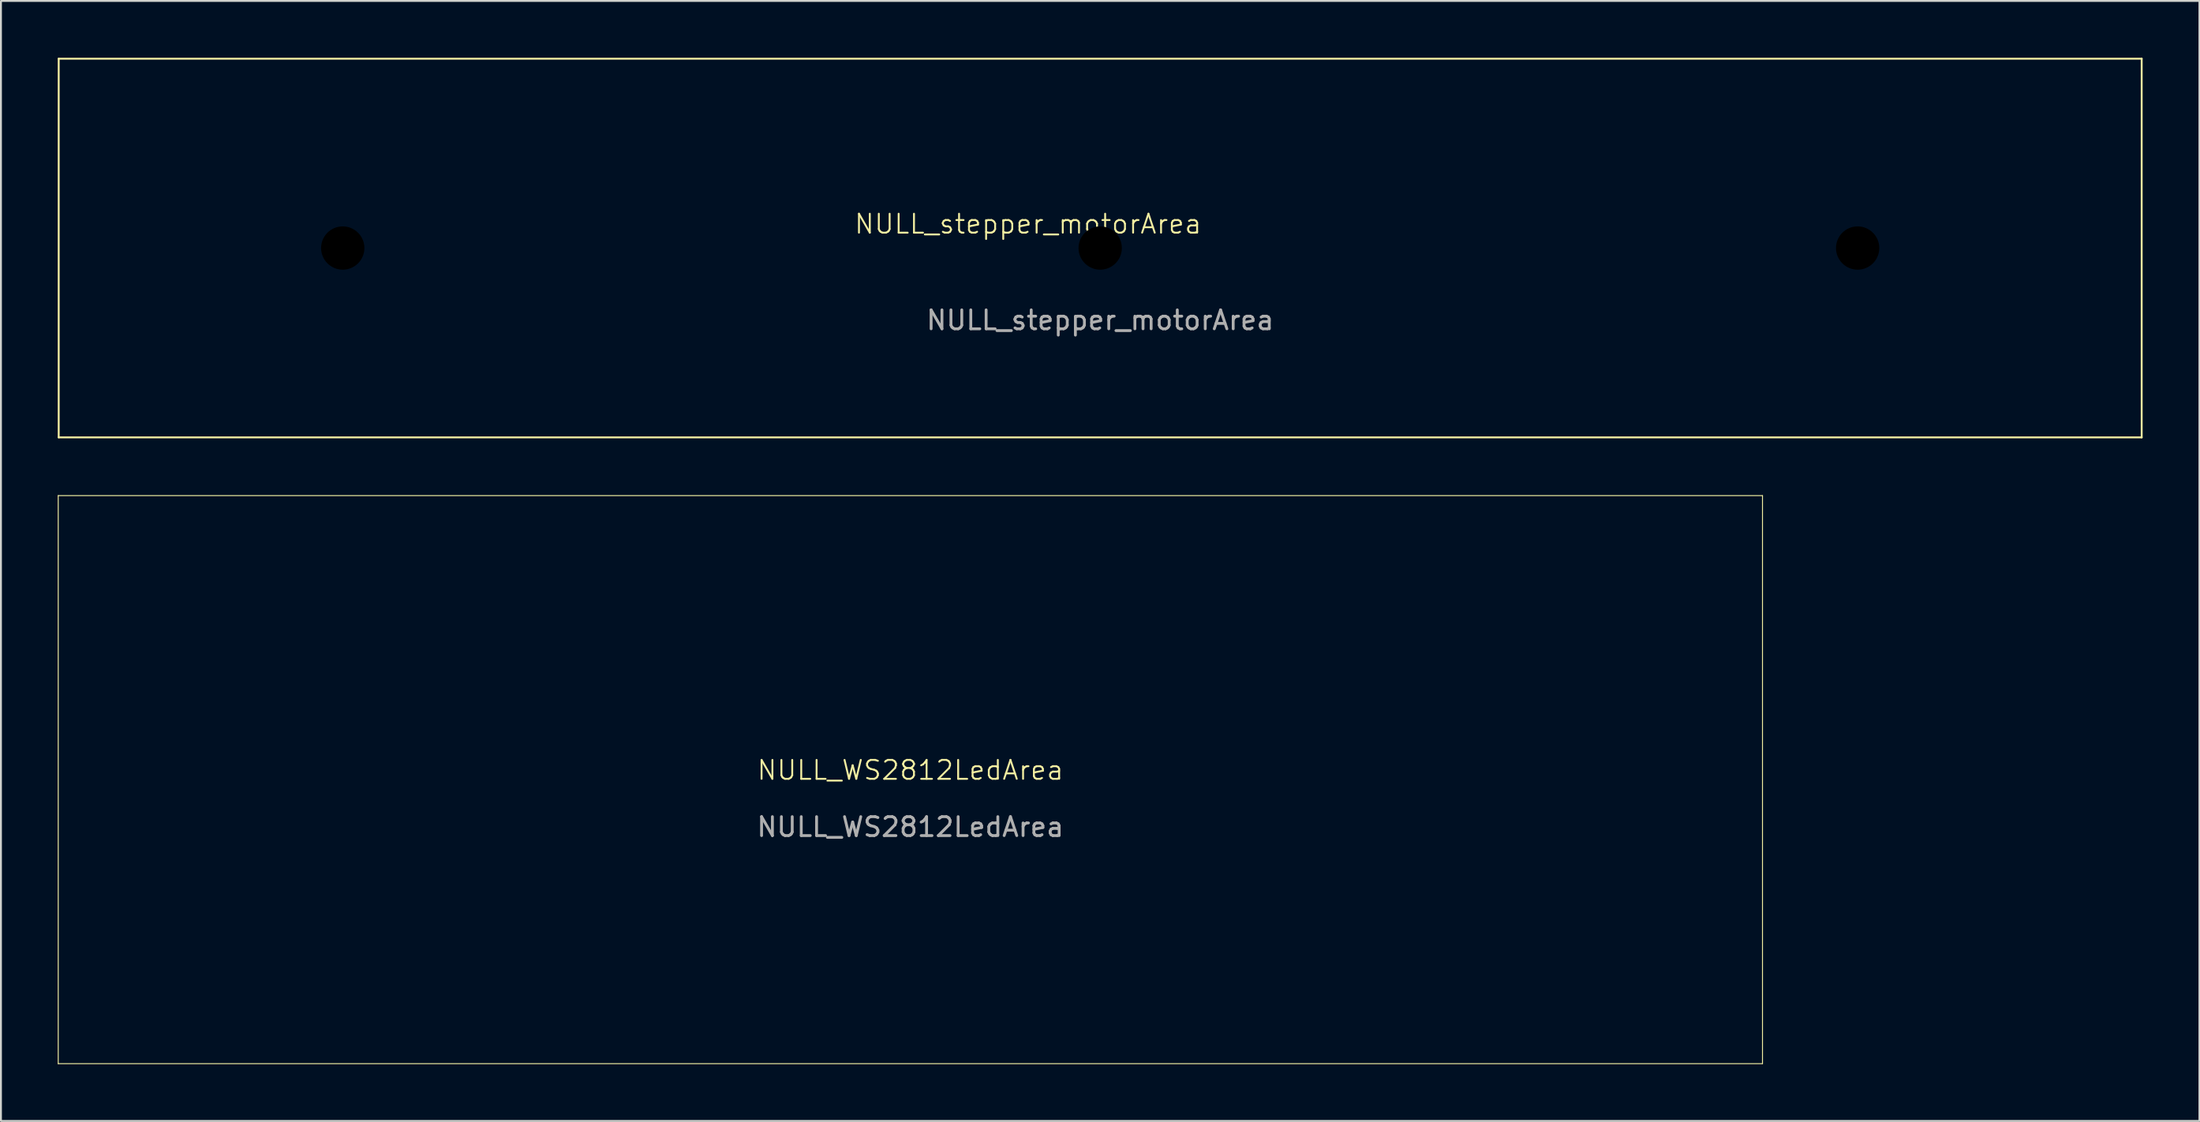
<source format=kicad_pcb>
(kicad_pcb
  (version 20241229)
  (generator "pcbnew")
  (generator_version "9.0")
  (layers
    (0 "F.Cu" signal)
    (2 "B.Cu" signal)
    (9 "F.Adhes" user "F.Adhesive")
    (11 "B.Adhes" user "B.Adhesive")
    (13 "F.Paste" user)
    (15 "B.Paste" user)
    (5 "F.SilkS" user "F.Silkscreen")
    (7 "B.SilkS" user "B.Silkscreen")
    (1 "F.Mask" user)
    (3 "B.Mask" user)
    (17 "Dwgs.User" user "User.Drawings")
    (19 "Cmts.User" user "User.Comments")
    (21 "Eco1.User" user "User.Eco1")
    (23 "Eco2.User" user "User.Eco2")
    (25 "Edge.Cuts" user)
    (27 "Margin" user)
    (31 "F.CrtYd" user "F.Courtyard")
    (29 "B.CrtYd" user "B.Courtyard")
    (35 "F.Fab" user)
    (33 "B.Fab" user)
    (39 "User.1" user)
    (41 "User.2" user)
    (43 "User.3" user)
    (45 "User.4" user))
  (footprint "NULL_stepper_motorArea"
    (layer "F.Cu")
    (at 55.05 10.05)
    (property "Reference" "NULL_stepper_motorArea" (at -3.81 -1.27 0) (unlocked yes) (layer "F.SilkS") (effects (font (size 1 1) (thickness 0.1))))
    (attr smd)
    (fp_line (start -55 -10) (end -55 10) (stroke (width 0.1) (type default)) (layer "F.SilkS"))
    (fp_line (start -55 -10) (end 55 -10) (stroke (width 0.1) (type default)) (layer "F.SilkS"))
    (fp_line (start -55 10) (end 55 10) (stroke (width 0.1) (type default)) (layer "F.SilkS"))
    (fp_line (start 55 -10) (end 55 10) (stroke (width 0.1) (type default)) (layer "F.SilkS"))
    (fp_text user "${REFERENCE}" (at 0 3.81 0) (unlocked yes) (layer "F.Fab") (effects (font (size 1 1) (thickness 0.15))))
    (pad "" np_thru_hole circle (at -40 0) (size 2.286 2.286) (drill 3.5) (layers "*.Mask"))
    (pad "" np_thru_hole circle (at 0 0) (size 2.286 2.286) (drill 3.5) (layers "*.Mask"))
    (pad "" np_thru_hole circle (at 40 0) (size 2.286 2.286) (drill 3.5) (layers "*.Mask")))
  (footprint "NULL_WS2812LedArea"
    (layer "F.Cu")
    (at 45.025 38.125)
    (property "Reference" "NULL_WS2812LedArea" (at 0 -0.5 0) (unlocked yes) (layer "F.SilkS") (effects (font (size 1 1) (thickness 0.1))))
    (attr smd)
    (fp_line (start -45 -15) (end -45 15) (stroke (width 0.05) (type default)) (layer "F.SilkS"))
    (fp_line (start -45 -15) (end 45 -15) (stroke (width 0.05) (type default)) (layer "F.SilkS"))
    (fp_line (start -45 15) (end 45 15) (stroke (width 0.05) (type default)) (layer "F.SilkS"))
    (fp_line (start 45 -15) (end 45 15) (stroke (width 0.05) (type default)) (layer "F.SilkS"))
    (fp_text user "${REFERENCE}" (at 0 2.5 0) (unlocked yes) (layer "F.Fab") (effects (font (size 1 1) (thickness 0.15)))))
  (gr_rect
    (start -3 -3)
    (end 113.1 56.15)
    (stroke (width 0.1) (type default))
    (fill no)
    (layer "Edge.Cuts")))
</source>
